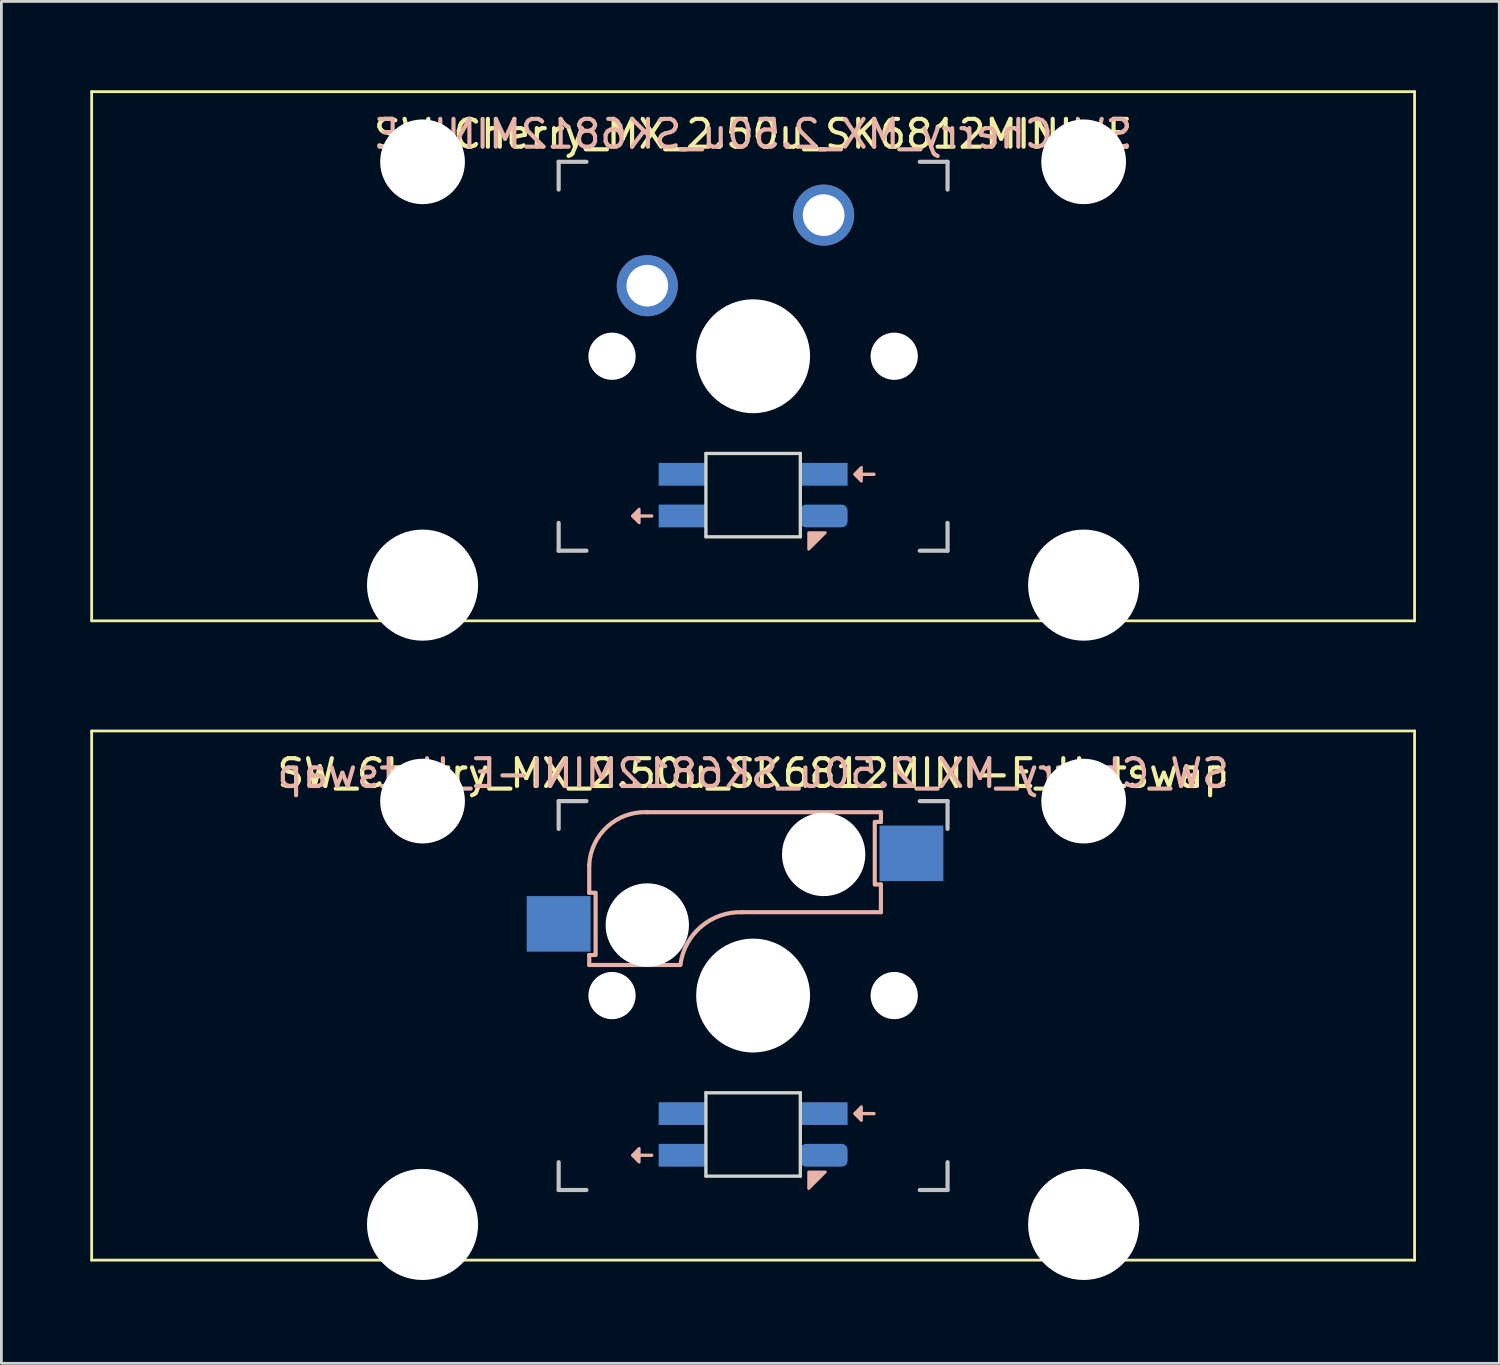
<source format=kicad_pcb>
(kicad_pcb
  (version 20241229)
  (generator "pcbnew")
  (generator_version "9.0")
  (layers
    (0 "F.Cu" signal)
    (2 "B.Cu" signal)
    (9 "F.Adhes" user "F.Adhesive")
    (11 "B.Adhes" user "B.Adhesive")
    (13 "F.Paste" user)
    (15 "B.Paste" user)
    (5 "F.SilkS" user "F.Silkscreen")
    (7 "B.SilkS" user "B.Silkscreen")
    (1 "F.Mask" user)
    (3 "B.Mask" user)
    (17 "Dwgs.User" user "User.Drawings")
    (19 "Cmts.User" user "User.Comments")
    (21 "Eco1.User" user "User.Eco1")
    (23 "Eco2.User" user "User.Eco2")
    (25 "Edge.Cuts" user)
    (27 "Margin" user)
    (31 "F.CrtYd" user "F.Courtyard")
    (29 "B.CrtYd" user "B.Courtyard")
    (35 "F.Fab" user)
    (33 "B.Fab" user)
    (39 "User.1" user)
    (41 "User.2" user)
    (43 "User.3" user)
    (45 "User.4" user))
  (footprint "SW_Cherry_MX_2.50u_SK6812MINI-E"
    (layer "F.Cu")
    (at 0.25 0.25)
    (property "Reference" "SW_Cherry_MX_2.50u_SK6812MINI-E" (at 23.812 1.525 0) (unlocked yes) (layer "F.SilkS") (effects (font (size 1 1) (thickness 0.15))))
    (attr through_hole)
    (fp_line (start 0 0) (end 47.625 0) (stroke (width 0.1) (type solid)) (layer "F.SilkS"))
    (fp_line (start 0 19.05) (end 0 0) (stroke (width 0.1) (type solid)) (layer "F.SilkS"))
    (fp_line (start 0 19.05) (end 47.625 19.05) (stroke (width 0.1) (type solid)) (layer "F.SilkS"))
    (fp_line (start 47.625 0) (end 47.625 19.05) (stroke (width 0.1) (type solid)) (layer "F.SilkS"))
    (fp_line (start 19.712 15.275) (end 20.163 15.275) (stroke (width 0.12) (type solid)) (layer "B.SilkS"))
    (fp_line (start 27.712 13.775) (end 28.163 13.775) (stroke (width 0.12) (type solid)) (layer "B.SilkS"))
    (fp_poly (pts (xy 19.712 15.025) (xy 19.462 15.275) (xy 19.712 15.525)) (stroke (width 0.1) (type solid)) (fill yes) (layer "B.SilkS"))
    (fp_poly (pts (xy 25.812 16.475) (xy 25.812 15.875) (xy 26.413 15.875)) (stroke (width 0.1) (type solid)) (fill yes) (layer "B.SilkS"))
    (fp_poly (pts (xy 27.712 13.525) (xy 27.462 13.775) (xy 27.712 14.025)) (stroke (width 0.1) (type solid)) (fill yes) (layer "B.SilkS"))
    (fp_line (start 16.812 2.525) (end 17.812 2.525) (stroke (width 0.15) (type solid)) (layer "Dwgs.User"))
    (fp_line (start 16.812 3.525) (end 16.812 2.525) (stroke (width 0.15) (type solid)) (layer "Dwgs.User"))
    (fp_line (start 16.812 15.525) (end 16.812 16.525) (stroke (width 0.15) (type solid)) (layer "Dwgs.User"))
    (fp_line (start 16.812 16.525) (end 17.812 16.525) (stroke (width 0.15) (type solid)) (layer "Dwgs.User"))
    (fp_line (start 29.812 16.525) (end 30.812 16.525) (stroke (width 0.15) (type solid)) (layer "Dwgs.User"))
    (fp_line (start 30.812 2.525) (end 29.812 2.525) (stroke (width 0.15) (type solid)) (layer "Dwgs.User"))
    (fp_line (start 30.812 2.525) (end 30.812 3.525) (stroke (width 0.15) (type solid)) (layer "Dwgs.User"))
    (fp_line (start 30.812 16.525) (end 30.812 15.525) (stroke (width 0.15) (type solid)) (layer "Dwgs.User"))
    (fp_line (start 7.683 17.297) (end 7.684 3.835) (stroke (width 0.05) (type solid)) (layer "Eco1.User"))
    (fp_line (start 7.684 3.835) (end 16.77 3.836) (stroke (width 0.05) (type solid)) (layer "Eco1.User"))
    (fp_line (start 14.762 16.129) (end 14.762 17.297) (stroke (width 0.05) (type solid)) (layer "Eco1.User"))
    (fp_line (start 14.762 17.297) (end 7.683 17.297) (stroke (width 0.05) (type solid)) (layer "Eco1.User"))
    (fp_line (start 16.77 2.481) (end 16.77 3.836) (stroke (width 0.05) (type solid)) (layer "Eco1.User"))
    (fp_line (start 16.77 2.481) (end 30.87 2.481) (stroke (width 0.05) (type solid)) (layer "Eco1.User"))
    (fp_line (start 16.77 16.13) (end 14.762 16.129) (stroke (width 0.05) (type solid)) (layer "Eco1.User"))
    (fp_line (start 16.77 16.13) (end 16.77 16.581) (stroke (width 0.05) (type solid)) (layer "Eco1.User"))
    (fp_line (start 30.87 2.481) (end 30.87 3.836) (stroke (width 0.05) (type solid)) (layer "Eco1.User"))
    (fp_line (start 30.87 16.13) (end 30.87 16.581) (stroke (width 0.05) (type solid)) (layer "Eco1.User"))
    (fp_line (start 30.87 16.13) (end 32.862 16.129) (stroke (width 0.05) (type solid)) (layer "Eco1.User"))
    (fp_line (start 30.87 16.581) (end 16.77 16.581) (stroke (width 0.05) (type solid)) (layer "Eco1.User"))
    (fp_line (start 32.862 17.297) (end 32.862 16.129) (stroke (width 0.05) (type solid)) (layer "Eco1.User"))
    (fp_line (start 32.862 17.297) (end 39.943 17.297) (stroke (width 0.05) (type solid)) (layer "Eco1.User"))
    (fp_line (start 39.941 3.835) (end 30.87 3.836) (stroke (width 0.05) (type solid)) (layer "Eco1.User"))
    (fp_line (start 39.943 17.297) (end 39.941 3.835) (stroke (width 0.05) (type solid)) (layer "Eco1.User"))
    (fp_line (start 22.113 13.025) (end 25.512 13.025) (stroke (width 0.12) (type solid)) (layer "Edge.Cuts"))
    (fp_line (start 22.113 16.025) (end 22.113 13.025) (stroke (width 0.12) (type solid)) (layer "Edge.Cuts"))
    (fp_line (start 25.512 13.025) (end 25.512 16.025) (stroke (width 0.12) (type solid)) (layer "Edge.Cuts"))
    (fp_line (start 25.512 16.025) (end 22.113 16.025) (stroke (width 0.12) (type solid)) (layer "Edge.Cuts"))
    (fp_text user "${REFERENCE}" (at 23.812 1.525 0) (layer "B.SilkS") (effects (font (size 1 1) (thickness 0.15)) (justify mirror)))
    (pad "" np_thru_hole circle (at 11.912 2.525) (size 3.05 3.05) (drill 3.05) (layers "*.Cu" "*.Mask"))
    (pad "" np_thru_hole circle (at 11.912 17.765) (size 4 4) (drill 4) (layers "*.Cu" "*.Mask"))
    (pad "" np_thru_hole circle (at 18.733 9.525) (size 1.7 1.7) (drill 1.7) (layers "*.Cu" "*.Mask"))
    (pad "" np_thru_hole circle (at 23.812 9.525 90) (size 4.1 4.1) (drill 4.1) (layers "*.Cu" "*.Mask"))
    (pad "" np_thru_hole circle (at 28.892 9.525) (size 1.7 1.7) (drill 1.7) (layers "*.Cu" "*.Mask"))
    (pad "" np_thru_hole circle (at 35.712 2.525) (size 3.05 3.05) (drill 3.05) (layers "*.Cu" "*.Mask"))
    (pad "" np_thru_hole circle (at 35.712 17.765) (size 4 4) (drill 4) (layers "*.Cu" "*.Mask"))
    (pad "1" thru_hole circle (at 20.003 6.985 180) (size 2.2 2.2) (drill 1.5) (layers "*.Cu" "*.Mask"))
    (pad "2" thru_hole circle (at 26.352 4.445 180) (size 2.2 2.2) (drill 1.5) (layers "*.Cu" "*.Mask"))
    (pad "3" smd rect (at 21.262 13.775) (size 1.7 0.82) (layers "B.Cu" "B.Mask" "B.Paste"))
    (pad "4" smd rect (at 21.262 15.275) (size 1.7 0.82) (layers "B.Cu" "B.Mask" "B.Paste"))
    (pad "5" smd roundrect (at 26.363 15.275) (size 1.7 0.82) (layers "B.Cu" "B.Mask" "B.Paste") (roundrect_rratio 0.25))
    (pad "6" smd rect (at 26.363 13.775) (size 1.7 0.82) (layers "B.Cu" "B.Mask" "B.Paste")))
  (footprint "SW_Cherry_MX_2.50u_SK6812MINI-E_Hotswap"
    (layer "F.Cu")
    (at 0.25 23.265)
    (property "Reference" "SW_Cherry_MX_2.50u_SK6812MINI-E_Hotswap" (at 23.812 1.525 0) (unlocked yes) (layer "F.SilkS") (effects (font (size 1 1) (thickness 0.15))))
    (attr smd)
    (fp_line (start 0 0) (end 47.625 0) (stroke (width 0.1) (type solid)) (layer "F.SilkS"))
    (fp_line (start 0 19.05) (end 0 0) (stroke (width 0.1) (type solid)) (layer "F.SilkS"))
    (fp_line (start 0 19.05) (end 47.625 19.05) (stroke (width 0.1) (type solid)) (layer "F.SilkS"))
    (fp_line (start 47.625 0) (end 47.625 19.05) (stroke (width 0.1) (type solid)) (layer "F.SilkS"))
    (fp_line (start 17.913 4.825) (end 17.913 5.825) (stroke (width 0.15) (type solid)) (layer "B.SilkS"))
    (fp_line (start 17.913 5.825) (end 18.113 5.825) (stroke (width 0.15) (type solid)) (layer "B.SilkS"))
    (fp_line (start 17.913 8.425) (end 17.913 8.065) (stroke (width 0.15) (type solid)) (layer "B.SilkS"))
    (fp_line (start 17.913 8.425) (end 21.192 8.425) (stroke (width 0.15) (type solid)) (layer "B.SilkS"))
    (fp_line (start 18.113 8.065) (end 17.913 8.065) (stroke (width 0.15) (type solid)) (layer "B.SilkS"))
    (fp_line (start 18.142 5.825) (end 18.142 8.065) (stroke (width 0.15) (type solid)) (layer "B.SilkS"))
    (fp_line (start 19.712 15.275) (end 20.163 15.275) (stroke (width 0.12) (type solid)) (layer "B.SilkS"))
    (fp_line (start 23.413 6.525) (end 28.413 6.525) (stroke (width 0.15) (type solid)) (layer "B.SilkS"))
    (fp_line (start 27.712 13.775) (end 28.163 13.775) (stroke (width 0.12) (type solid)) (layer "B.SilkS"))
    (fp_line (start 28.192 5.525) (end 28.192 3.275) (stroke (width 0.15) (type solid)) (layer "B.SilkS"))
    (fp_line (start 28.212 3.275) (end 28.413 3.275) (stroke (width 0.15) (type solid)) (layer "B.SilkS"))
    (fp_line (start 28.413 2.925) (end 20.012 2.925) (stroke (width 0.15) (type solid)) (layer "B.SilkS"))
    (fp_line (start 28.413 3.275) (end 28.413 2.925) (stroke (width 0.15) (type solid)) (layer "B.SilkS"))
    (fp_line (start 28.413 5.525) (end 28.212 5.525) (stroke (width 0.15) (type solid)) (layer "B.SilkS"))
    (fp_line (start 28.413 6.525) (end 28.413 5.525) (stroke (width 0.15) (type solid)) (layer "B.SilkS"))
    (fp_arc (start 17.9125 4.825001) (mid 18.568996 3.440076) (end 20.012499 2.925) (stroke (width 0.15) (type solid)) (layer "B.SilkS"))
    (fp_arc (start 21.196182 8.403529) (mid 21.943791 7.038882) (end 23.4125 6.525) (stroke (width 0.15) (type solid)) (layer "B.SilkS"))
    (fp_poly (pts (xy 19.712 15.025) (xy 19.462 15.275) (xy 19.712 15.525)) (stroke (width 0.1) (type solid)) (fill yes) (layer "B.SilkS"))
    (fp_poly (pts (xy 25.812 16.475) (xy 25.812 15.875) (xy 26.413 15.875)) (stroke (width 0.1) (type solid)) (fill yes) (layer "B.SilkS"))
    (fp_poly (pts (xy 27.712 13.525) (xy 27.462 13.775) (xy 27.712 14.025)) (stroke (width 0.1) (type solid)) (fill yes) (layer "B.SilkS"))
    (fp_line (start 16.812 2.525) (end 17.812 2.525) (stroke (width 0.15) (type solid)) (layer "Dwgs.User"))
    (fp_line (start 16.812 3.525) (end 16.812 2.525) (stroke (width 0.15) (type solid)) (layer "Dwgs.User"))
    (fp_line (start 16.812 15.525) (end 16.812 16.525) (stroke (width 0.15) (type solid)) (layer "Dwgs.User"))
    (fp_line (start 16.812 16.525) (end 17.812 16.525) (stroke (width 0.15) (type solid)) (layer "Dwgs.User"))
    (fp_line (start 29.812 16.525) (end 30.812 16.525) (stroke (width 0.15) (type solid)) (layer "Dwgs.User"))
    (fp_line (start 30.812 2.525) (end 29.812 2.525) (stroke (width 0.15) (type solid)) (layer "Dwgs.User"))
    (fp_line (start 30.812 2.525) (end 30.812 3.525) (stroke (width 0.15) (type solid)) (layer "Dwgs.User"))
    (fp_line (start 30.812 16.525) (end 30.812 15.525) (stroke (width 0.15) (type solid)) (layer "Dwgs.User"))
    (fp_line (start 8.312 3.475) (end 16.762 3.475) (stroke (width 0.05) (type solid)) (layer "Eco1.User"))
    (fp_line (start 8.312 18.575) (end 8.312 3.475) (stroke (width 0.05) (type solid)) (layer "Eco1.User"))
    (fp_line (start 15.312 16.575) (end 15.312 18.575) (stroke (width 0.05) (type solid)) (layer "Eco1.User"))
    (fp_line (start 15.312 18.575) (end 8.312 18.575) (stroke (width 0.05) (type solid)) (layer "Eco1.User"))
    (fp_line (start 16.762 2.475) (end 16.762 3.475) (stroke (width 0.05) (type solid)) (layer "Eco1.User"))
    (fp_line (start 16.762 2.475) (end 30.863 2.475) (stroke (width 0.05) (type solid)) (layer "Eco1.User"))
    (fp_line (start 23.812 16.575) (end 15.312 16.575) (stroke (width 0.05) (type solid)) (layer "Eco1.User"))
    (fp_line (start 23.812 16.575) (end 32.312 16.575) (stroke (width 0.05) (type default)) (layer "Eco1.User"))
    (fp_line (start 30.863 2.475) (end 30.863 3.475) (stroke (width 0.05) (type solid)) (layer "Eco1.User"))
    (fp_line (start 30.863 3.475) (end 39.312 3.475) (stroke (width 0.05) (type solid)) (layer "Eco1.User"))
    (fp_line (start 32.312 18.575) (end 32.312 16.575) (stroke (width 0.05) (type solid)) (layer "Eco1.User"))
    (fp_line (start 32.312 18.575) (end 39.312 18.575) (stroke (width 0.05) (type solid)) (layer "Eco1.User"))
    (fp_line (start 39.312 18.575) (end 39.312 3.475) (stroke (width 0.05) (type solid)) (layer "Eco1.User"))
    (fp_line (start 22.113 13.025) (end 25.512 13.025) (stroke (width 0.12) (type solid)) (layer "Edge.Cuts"))
    (fp_line (start 22.113 16.025) (end 22.113 13.025) (stroke (width 0.12) (type solid)) (layer "Edge.Cuts"))
    (fp_line (start 25.512 13.025) (end 25.512 16.025) (stroke (width 0.12) (type solid)) (layer "Edge.Cuts"))
    (fp_line (start 25.512 16.025) (end 22.113 16.025) (stroke (width 0.12) (type solid)) (layer "Edge.Cuts"))
    (fp_text user "${REFERENCE}" (at 23.812 1.525 0) (layer "B.SilkS") (effects (font (size 1 1) (thickness 0.15)) (justify mirror)))
    (pad "" np_thru_hole circle (at 11.912 2.525) (size 3.05 3.05) (drill 3.05) (layers "*.Cu" "*.Mask"))
    (pad "" np_thru_hole circle (at 11.912 17.765) (size 4 4) (drill 4) (layers "*.Cu" "*.Mask"))
    (pad "" np_thru_hole circle (at 18.733 9.525) (size 1.7 1.7) (drill 1.7) (layers "*.Cu" "*.Mask"))
    (pad "" np_thru_hole circle (at 20.003 6.985 180) (size 3 3) (drill 3) (layers "*.Cu" "*.Mask"))
    (pad "" np_thru_hole circle (at 23.812 9.525 90) (size 4.1 4.1) (drill 4.1) (layers "*.Cu" "*.Mask"))
    (pad "" np_thru_hole circle (at 26.352 4.445 180) (size 3 3) (drill 3) (layers "*.Cu" "*.Mask"))
    (pad "" np_thru_hole circle (at 28.892 9.525) (size 1.7 1.7) (drill 1.7) (layers "*.Cu" "*.Mask"))
    (pad "" np_thru_hole circle (at 35.712 2.525) (size 3.05 3.05) (drill 3.05) (layers "*.Cu" "*.Mask"))
    (pad "" np_thru_hole circle (at 35.712 17.765) (size 4 4) (drill 4) (layers "*.Cu" "*.Mask"))
    (pad "1" smd rect (at 16.812 6.945 180) (size 2.3 2) (layers "B.Cu" "B.Mask" "B.Paste"))
    (pad "2" smd rect (at 29.512 4.405 180) (size 2.3 2) (layers "B.Cu" "B.Mask" "B.Paste"))
    (pad "3" smd rect (at 21.262 13.775) (size 1.7 0.82) (layers "B.Cu" "B.Mask" "B.Paste"))
    (pad "4" smd rect (at 21.262 15.275) (size 1.7 0.82) (layers "B.Cu" "B.Mask" "B.Paste"))
    (pad "5" smd roundrect (at 26.363 15.275) (size 1.7 0.82) (layers "B.Cu" "B.Mask" "B.Paste") (roundrect_rratio 0.25))
    (pad "6" smd rect (at 26.363 13.775) (size 1.7 0.82) (layers "B.Cu" "B.Mask" "B.Paste")))
  (gr_rect
    (start -3 -3)
    (end 50.925 46.03)
    (stroke (width 0.1) (type default))
    (fill no)
    (layer "Edge.Cuts")))
</source>
